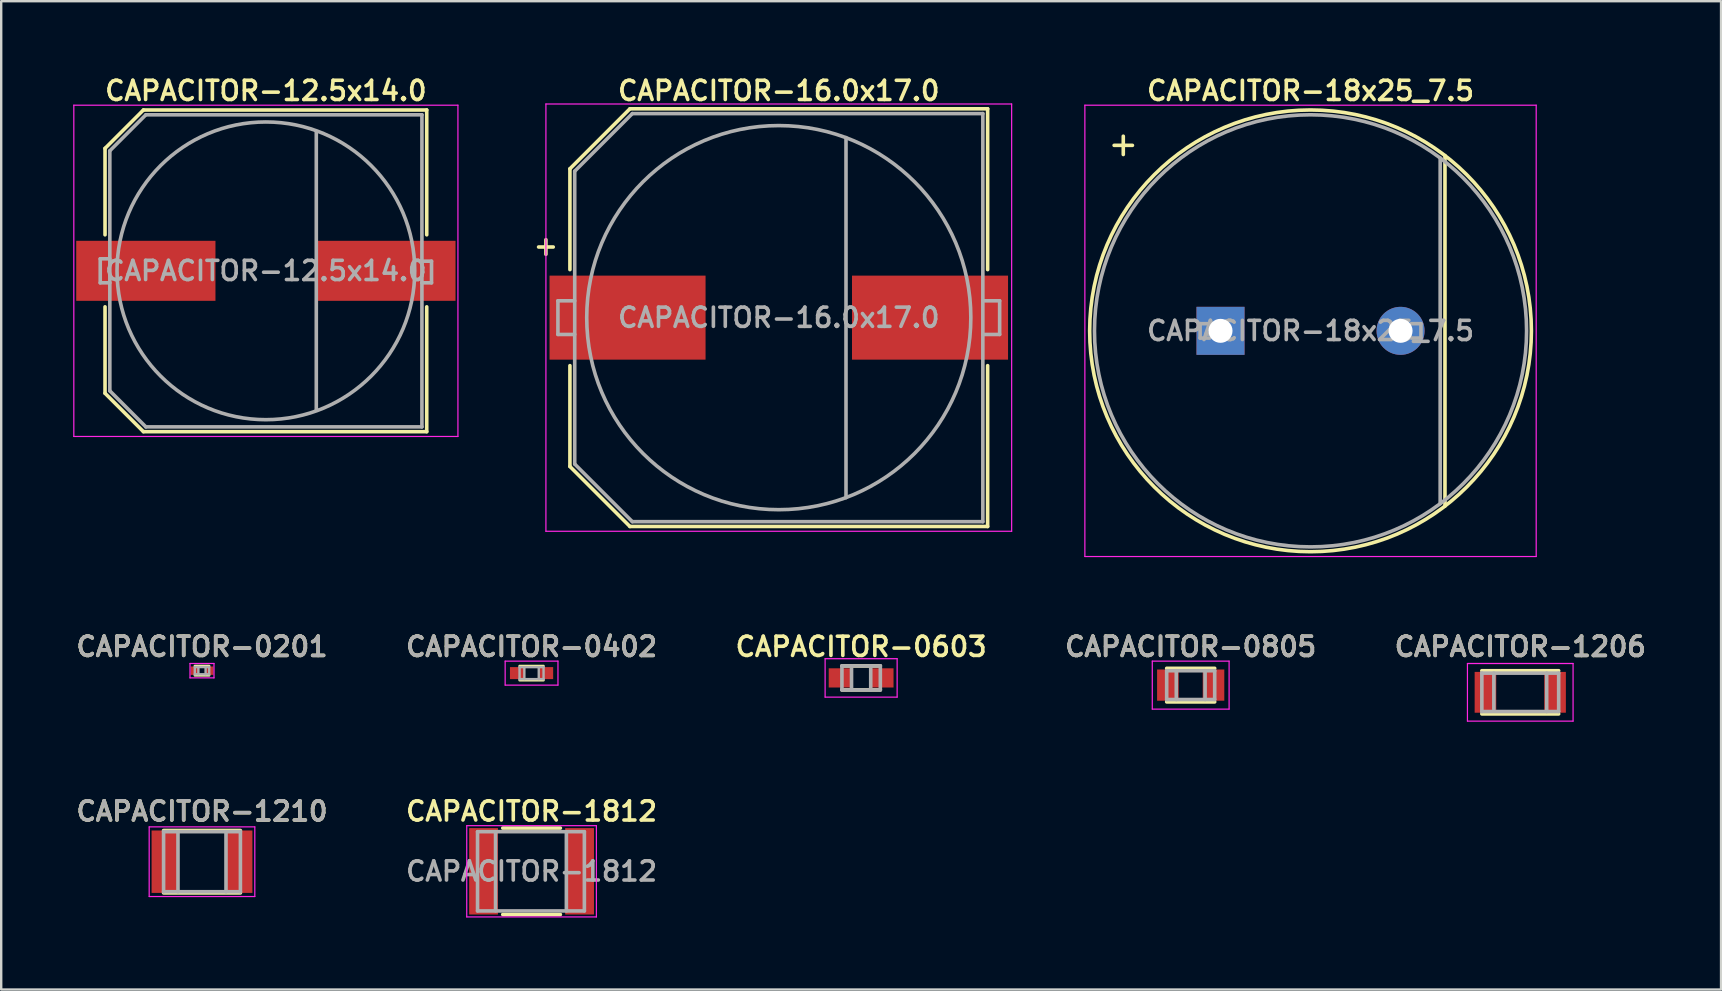
<source format=kicad_pcb>
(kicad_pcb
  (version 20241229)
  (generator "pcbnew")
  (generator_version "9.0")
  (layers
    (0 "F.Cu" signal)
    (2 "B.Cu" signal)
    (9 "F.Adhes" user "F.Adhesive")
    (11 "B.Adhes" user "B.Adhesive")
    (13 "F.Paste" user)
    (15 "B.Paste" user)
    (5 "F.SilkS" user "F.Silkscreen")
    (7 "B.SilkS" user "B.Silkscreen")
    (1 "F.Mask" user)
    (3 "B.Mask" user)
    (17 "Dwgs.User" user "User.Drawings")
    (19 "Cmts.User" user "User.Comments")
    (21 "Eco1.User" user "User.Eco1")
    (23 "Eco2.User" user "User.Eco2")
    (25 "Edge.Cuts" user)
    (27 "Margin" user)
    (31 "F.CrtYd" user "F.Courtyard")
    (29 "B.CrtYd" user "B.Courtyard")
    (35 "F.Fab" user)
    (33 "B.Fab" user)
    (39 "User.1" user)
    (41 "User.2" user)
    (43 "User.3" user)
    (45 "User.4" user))
  (footprint "CAPACITOR-12.5x14.0"
    (layer "F.Cu")
    (at 8.025 8.231)
    (property "Reference" "CAPACITOR-12.5x14.0" (at 0 -7.5 0) (layer "F.SilkS") (effects (font (size 0.8 0.8) (thickness 0.15))))
    (attr smd)
    (fp_line (start -6.7 -5.1) (end -5.1 -6.7) (stroke (width 0.15) (type solid)) (layer "F.SilkS"))
    (fp_line (start -6.7 -1.5) (end -6.7 -5.1) (stroke (width 0.15) (type solid)) (layer "F.SilkS"))
    (fp_line (start -6.7 5.1) (end -6.7 1.5) (stroke (width 0.15) (type solid)) (layer "F.SilkS"))
    (fp_line (start -5.1 6.7) (end -6.7 5.1) (stroke (width 0.15) (type solid)) (layer "F.SilkS"))
    (fp_line (start -5.1 6.7) (end 6.7 6.7) (stroke (width 0.15) (type solid)) (layer "F.SilkS"))
    (fp_line (start 6.7 -6.7) (end -5.1 -6.7) (stroke (width 0.15) (type solid)) (layer "F.SilkS"))
    (fp_line (start 6.7 -6.7) (end 6.7 -1.5) (stroke (width 0.15) (type solid)) (layer "F.SilkS"))
    (fp_line (start 6.7 1.5) (end 6.7 6.7) (stroke (width 0.15) (type solid)) (layer "F.SilkS"))
    (fp_line (start -8 -6.9) (end -8 6.9) (stroke (width 0.05) (type solid)) (layer "F.CrtYd"))
    (fp_line (start -8 6.9) (end 8 6.9) (stroke (width 0.05) (type solid)) (layer "F.CrtYd"))
    (fp_line (start 8 -6.9) (end -8 -6.9) (stroke (width 0.05) (type solid)) (layer "F.CrtYd"))
    (fp_line (start 8 6.9) (end 8 -6.9) (stroke (width 0.05) (type solid)) (layer "F.CrtYd"))
    (fp_line (start -6.9 -0.5) (end -6.9 0.5) (stroke (width 0.15) (type solid)) (layer "F.Fab"))
    (fp_line (start -6.9 0.5) (end -6.5 0.5) (stroke (width 0.15) (type solid)) (layer "F.Fab"))
    (fp_line (start -6.5 -5) (end -5 -6.5) (stroke (width 0.15) (type solid)) (layer "F.Fab"))
    (fp_line (start -6.5 -0.5) (end -6.9 -0.5) (stroke (width 0.15) (type solid)) (layer "F.Fab"))
    (fp_line (start -6.5 5) (end -6.5 -5) (stroke (width 0.15) (type solid)) (layer "F.Fab"))
    (fp_line (start -6.5 5) (end -5 6.5) (stroke (width 0.15) (type solid)) (layer "F.Fab"))
    (fp_line (start -5 -6.5) (end 6.5 -6.5) (stroke (width 0.15) (type solid)) (layer "F.Fab"))
    (fp_line (start 2.1 -5.8) (end 2.1 5.8) (stroke (width 0.15) (type solid)) (layer "F.Fab"))
    (fp_line (start 6.5 -6.5) (end 6.5 6.5) (stroke (width 0.15) (type solid)) (layer "F.Fab"))
    (fp_line (start 6.5 0.5) (end 6.9 0.5) (stroke (width 0.15) (type solid)) (layer "F.Fab"))
    (fp_line (start 6.5 6.5) (end -5 6.5) (stroke (width 0.15) (type solid)) (layer "F.Fab"))
    (fp_line (start 6.9 -0.4) (end 6.5 -0.4) (stroke (width 0.15) (type solid)) (layer "F.Fab"))
    (fp_line (start 6.9 0.5) (end 6.9 -0.4) (stroke (width 0.15) (type solid)) (layer "F.Fab"))
    (fp_circle (center 0 0) (end 6.2 -0.1) (stroke (width 0.15) (type solid)) (fill no) (layer "F.Fab"))
    (fp_text user "${REFERENCE}" (at 0 0 0) (layer "F.Fab") (effects (font (size 0.8 0.8) (thickness 0.15))))
    (pad "1" smd rect (at -5 0) (size 5.8 2.5) (layers "F.Cu" "F.Mask" "F.Paste"))
    (pad "2" smd rect (at 5 0) (size 5.8 2.5) (layers "F.Cu" "F.Mask" "F.Paste")))
  (footprint "CAPACITOR-0603"
    (layer "F.Cu")
    (at 32.82 25.188)
    (property "Reference" "CAPACITOR-0603" (at 0 -1.3 0) (layer "F.SilkS") (effects (font (size 0.8 0.8) (thickness 0.15))))
    (attr smd)
    (fp_line (start -0.8 -0.5) (end 0.8 -0.5) (stroke (width 0.15) (type solid)) (layer "F.SilkS"))
    (fp_line (start -0.8 0.5) (end 0.8 0.5) (stroke (width 0.15) (type solid)) (layer "F.SilkS"))
    (fp_line (start -1.5 -0.8) (end 1.5 -0.8) (stroke (width 0.05) (type solid)) (layer "F.CrtYd"))
    (fp_line (start -1.5 0.8) (end -1.5 -0.8) (stroke (width 0.05) (type solid)) (layer "F.CrtYd"))
    (fp_line (start 1.5 -0.8) (end 1.5 0.8) (stroke (width 0.05) (type solid)) (layer "F.CrtYd"))
    (fp_line (start 1.5 0.8) (end -1.5 0.8) (stroke (width 0.05) (type solid)) (layer "F.CrtYd"))
    (fp_line (start -0.8 -0.5) (end 0.8 -0.5) (stroke (width 0.15) (type solid)) (layer "F.Fab"))
    (fp_line (start -0.8 0.5) (end -0.8 -0.5) (stroke (width 0.15) (type solid)) (layer "F.Fab"))
    (fp_line (start -0.4 -0.5) (end -0.4 0.5) (stroke (width 0.15) (type solid)) (layer "F.Fab"))
    (fp_line (start 0.4 -0.5) (end 0.4 0.5) (stroke (width 0.15) (type solid)) (layer "F.Fab"))
    (fp_line (start 0.8 -0.5) (end 0.8 0.5) (stroke (width 0.15) (type solid)) (layer "F.Fab"))
    (fp_line (start 0.8 0.5) (end -0.8 0.5) (stroke (width 0.15) (type solid)) (layer "F.Fab"))
    (pad "1" smd rect (at -0.9 0) (size 0.9 0.8) (layers "F.Cu" "F.Mask" "F.Paste"))
    (pad "2" smd rect (at 0.9 0) (size 0.9 0.8) (layers "F.Cu" "F.Mask" "F.Paste")))
  (footprint "CAPACITOR-0402"
    (layer "F.Cu")
    (at 19.092 24.988)
    (property "Reference" "CAPACITOR-0402" (at 0 -1.1 0) (layer "F.SilkS") (effects (font (size 0.8 0.8) (thickness 0.15))))
    (attr smd)
    (fp_line (start -0.5 -0.3) (end 0.5 -0.3) (stroke (width 0.1) (type solid)) (layer "F.SilkS"))
    (fp_line (start -0.5 0.3) (end 0.5 0.3) (stroke (width 0.1) (type solid)) (layer "F.SilkS"))
    (fp_line (start -1.1 -0.5) (end 1.1 -0.5) (stroke (width 0.05) (type solid)) (layer "F.CrtYd"))
    (fp_line (start -1.1 0.5) (end -1.1 -0.5) (stroke (width 0.05) (type solid)) (layer "F.CrtYd"))
    (fp_line (start 1.1 -0.5) (end 1.1 0.5) (stroke (width 0.05) (type solid)) (layer "F.CrtYd"))
    (fp_line (start 1.1 0.5) (end -1.1 0.5) (stroke (width 0.05) (type solid)) (layer "F.CrtYd"))
    (fp_line (start -0.5 -0.25) (end 0.5 -0.25) (stroke (width 0.1) (type solid)) (layer "F.Fab"))
    (fp_line (start -0.5 0.25) (end -0.5 -0.25) (stroke (width 0.1) (type solid)) (layer "F.Fab"))
    (fp_line (start -0.3 -0.25) (end -0.3 0.25) (stroke (width 0.1) (type solid)) (layer "F.Fab"))
    (fp_line (start 0.3 -0.25) (end 0.3 0.25) (stroke (width 0.1) (type solid)) (layer "F.Fab"))
    (fp_line (start 0.5 -0.25) (end 0.5 0.25) (stroke (width 0.1) (type solid)) (layer "F.Fab"))
    (fp_line (start 0.5 0.25) (end -0.5 0.25) (stroke (width 0.1) (type solid)) (layer "F.Fab"))
    (fp_text user "${REFERENCE}" (at 0 -1.1 0) (layer "F.Fab") (effects (font (size 0.8 0.8) (thickness 0.15))))
    (pad "1" smd rect (at -0.6 0) (size 0.6 0.5) (layers "F.Cu" "F.Mask" "F.Paste"))
    (pad "2" smd rect (at 0.6 0) (size 0.6 0.5) (layers "F.Cu" "F.Mask" "F.Paste")))
  (footprint "CAPACITOR-1812"
    (layer "F.Cu")
    (at 19.092 33.244)
    (property "Reference" "CAPACITOR-1812" (at 0 -2.5 0) (layer "F.SilkS") (effects (font (size 0.8 0.8) (thickness 0.15))))
    (attr smd)
    (fp_line (start -1.2 -1.8) (end 1.2 -1.8) (stroke (width 0.15) (type solid)) (layer "F.SilkS"))
    (fp_line (start 1.2 1.8) (end -1.2 1.8) (stroke (width 0.15) (type solid)) (layer "F.SilkS"))
    (fp_line (start -2.7 -1.9) (end -2.7 1.9) (stroke (width 0.05) (type solid)) (layer "F.CrtYd"))
    (fp_line (start -2.7 -1.9) (end 2.7 -1.9) (stroke (width 0.05) (type solid)) (layer "F.CrtYd"))
    (fp_line (start -2.7 1.9) (end 2.7 1.9) (stroke (width 0.05) (type solid)) (layer "F.CrtYd"))
    (fp_line (start 2.7 -1.9) (end 2.7 1.9) (stroke (width 0.05) (type solid)) (layer "F.CrtYd"))
    (fp_line (start -2.25 -1.65) (end 2.2 -1.65) (stroke (width 0.15) (type solid)) (layer "F.Fab"))
    (fp_line (start -2.25 1.65) (end -2.25 -1.65) (stroke (width 0.15) (type solid)) (layer "F.Fab"))
    (fp_line (start -1.5 -1.65) (end -1.5 1.65) (stroke (width 0.15) (type solid)) (layer "F.Fab"))
    (fp_line (start 1.45 -1.65) (end 1.45 1.65) (stroke (width 0.15) (type solid)) (layer "F.Fab"))
    (fp_line (start 2.2 -1.65) (end 2.2 1.65) (stroke (width 0.15) (type solid)) (layer "F.Fab"))
    (fp_line (start 2.2 1.65) (end -2.25 1.65) (stroke (width 0.15) (type solid)) (layer "F.Fab"))
    (fp_text user "${REFERENCE}" (at 0 0 0) (layer "F.Fab") (effects (font (size 0.8 0.8) (thickness 0.15))))
    (pad "1" smd rect (at -2 0) (size 1.2 3.6) (layers "F.Cu" "F.Mask" "F.Paste"))
    (pad "2" smd rect (at 2 0) (size 1.2 3.6) (layers "F.Cu" "F.Mask" "F.Paste")))
  (footprint "CAPACITOR-0805"
    (layer "F.Cu")
    (at 46.548 25.488)
    (property "Reference" "CAPACITOR-0805" (at 0 -1.6 0) (layer "F.SilkS") (effects (font (size 0.8 0.8) (thickness 0.15))))
    (attr smd)
    (fp_line (start -1 -0.7) (end 1 -0.7) (stroke (width 0.15) (type solid)) (layer "F.SilkS"))
    (fp_line (start 1 0.7) (end -1 0.7) (stroke (width 0.15) (type solid)) (layer "F.SilkS"))
    (fp_line (start -1.6 -1) (end -1.6 1) (stroke (width 0.05) (type solid)) (layer "F.CrtYd"))
    (fp_line (start -1.6 -1) (end 1.6 -1) (stroke (width 0.05) (type solid)) (layer "F.CrtYd"))
    (fp_line (start -1.6 1) (end 1.6 1) (stroke (width 0.05) (type solid)) (layer "F.CrtYd"))
    (fp_line (start 1.6 -1) (end 1.6 1) (stroke (width 0.05) (type solid)) (layer "F.CrtYd"))
    (fp_line (start -1 -0.6) (end 1 -0.6) (stroke (width 0.15) (type solid)) (layer "F.Fab"))
    (fp_line (start -1 0.6) (end -1 -0.6) (stroke (width 0.15) (type solid)) (layer "F.Fab"))
    (fp_line (start -0.6 -0.6) (end -0.6 0.6) (stroke (width 0.15) (type solid)) (layer "F.Fab"))
    (fp_line (start 0.6 -0.6) (end 0.6 0.6) (stroke (width 0.15) (type solid)) (layer "F.Fab"))
    (fp_line (start 1 -0.6) (end 1 0.6) (stroke (width 0.15) (type solid)) (layer "F.Fab"))
    (fp_line (start 1 0.6) (end -1 0.6) (stroke (width 0.15) (type solid)) (layer "F.Fab"))
    (fp_text user "${REFERENCE}" (at 0 -1.6 0) (layer "F.Fab") (effects (font (size 0.8 0.8) (thickness 0.15))))
    (pad "1" smd rect (at -0.95 0) (size 0.9 1.3) (layers "F.Cu" "F.Mask" "F.Paste"))
    (pad "2" smd rect (at 0.95 0) (size 0.9 1.3) (layers "F.Cu" "F.Mask" "F.Paste")))
  (footprint "CAPACITOR-1206"
    (layer "F.Cu")
    (at 60.276 25.788)
    (property "Reference" "CAPACITOR-1206" (at 0 -1.9 0) (layer "F.SilkS") (effects (font (size 0.8 0.8) (thickness 0.15))))
    (attr smd)
    (fp_line (start -1.6 -0.9) (end 1.6 -0.9) (stroke (width 0.15) (type solid)) (layer "F.SilkS"))
    (fp_line (start 1.6 0.9) (end -1.6 0.9) (stroke (width 0.15) (type solid)) (layer "F.SilkS"))
    (fp_line (start -2.2 -1.2) (end -2.2 1.2) (stroke (width 0.05) (type solid)) (layer "F.CrtYd"))
    (fp_line (start -2.2 -1.2) (end 2.2 -1.2) (stroke (width 0.05) (type solid)) (layer "F.CrtYd"))
    (fp_line (start -2.2 1.2) (end 2.2 1.2) (stroke (width 0.05) (type solid)) (layer "F.CrtYd"))
    (fp_line (start 2.2 -1.2) (end 2.2 1.2) (stroke (width 0.05) (type solid)) (layer "F.CrtYd"))
    (fp_line (start -1.6 -0.8) (end 1.6 -0.8) (stroke (width 0.15) (type solid)) (layer "F.Fab"))
    (fp_line (start -1.6 0.8) (end -1.6 -0.8) (stroke (width 0.15) (type solid)) (layer "F.Fab"))
    (fp_line (start -1.1 -0.8) (end -1.1 0.7) (stroke (width 0.15) (type solid)) (layer "F.Fab"))
    (fp_line (start 1.1 -0.8) (end 1.1 0.8) (stroke (width 0.15) (type solid)) (layer "F.Fab"))
    (fp_line (start 1.6 -0.8) (end 1.6 0.8) (stroke (width 0.15) (type solid)) (layer "F.Fab"))
    (fp_line (start 1.6 0.8) (end -1.6 0.8) (stroke (width 0.15) (type solid)) (layer "F.Fab"))
    (fp_text user "${REFERENCE}" (at 0 -1.9 0) (layer "F.Fab") (effects (font (size 0.8 0.8) (thickness 0.15))))
    (pad "1" smd rect (at -1.45 0) (size 0.9 1.7) (layers "F.Cu" "F.Mask" "F.Paste"))
    (pad "2" smd rect (at 1.45 0) (size 0.9 1.7) (layers "F.Cu" "F.Mask" "F.Paste")))
  (footprint "CAPACITOR-16.0x17.0"
    (layer "F.Cu")
    (at 29.39 10.181)
    (property "Reference" "CAPACITOR-16.0x17.0" (at 0 -9.45 0) (layer "F.SilkS") (effects (font (size 0.8 0.8) (thickness 0.15))))
    (attr smd)
    (fp_line (start -8.7 -6.2) (end -6.2 -8.7) (stroke (width 0.15) (type solid)) (layer "F.SilkS"))
    (fp_line (start -8.7 -2) (end -8.7 -6.2) (stroke (width 0.15) (type solid)) (layer "F.SilkS"))
    (fp_line (start -8.7 6.2) (end -8.7 2) (stroke (width 0.15) (type solid)) (layer "F.SilkS"))
    (fp_line (start -6.2 8.7) (end -8.7 6.2) (stroke (width 0.15) (type solid)) (layer "F.SilkS"))
    (fp_line (start -6.2 8.7) (end 8.7 8.7) (stroke (width 0.15) (type solid)) (layer "F.SilkS"))
    (fp_line (start 8.7 -8.7) (end -6.2 -8.7) (stroke (width 0.15) (type solid)) (layer "F.SilkS"))
    (fp_line (start 8.7 -8.7) (end 8.7 -2) (stroke (width 0.15) (type solid)) (layer "F.SilkS"))
    (fp_line (start 8.7 2) (end 8.7 8.7) (stroke (width 0.15) (type solid)) (layer "F.SilkS"))
    (fp_line (start -9.7 -8.9) (end -9.7 8.9) (stroke (width 0.05) (type solid)) (layer "F.CrtYd"))
    (fp_line (start -9.7 8.9) (end 9.7 8.9) (stroke (width 0.05) (type solid)) (layer "F.CrtYd"))
    (fp_line (start 9.7 -8.9) (end -9.7 -8.9) (stroke (width 0.05) (type solid)) (layer "F.CrtYd"))
    (fp_line (start 9.7 8.9) (end 9.7 -8.9) (stroke (width 0.05) (type solid)) (layer "F.CrtYd"))
    (fp_line (start -9.2 -0.7) (end -9.2 0.7) (stroke (width 0.15) (type solid)) (layer "F.Fab"))
    (fp_line (start -9.2 -0.7) (end -8.5 -0.7) (stroke (width 0.15) (type solid)) (layer "F.Fab"))
    (fp_line (start -9.2 0.7) (end -8.5 0.7) (stroke (width 0.15) (type solid)) (layer "F.Fab"))
    (fp_line (start -8.5 -6.1) (end -6.1 -8.5) (stroke (width 0.15) (type solid)) (layer "F.Fab"))
    (fp_line (start -8.5 6.1) (end -8.5 -6.1) (stroke (width 0.15) (type solid)) (layer "F.Fab"))
    (fp_line (start -8.5 6.1) (end -6.1 8.5) (stroke (width 0.15) (type solid)) (layer "F.Fab"))
    (fp_line (start -6.1 -8.5) (end 8.5 -8.5) (stroke (width 0.15) (type solid)) (layer "F.Fab"))
    (fp_line (start 2.8 -7.5) (end 2.8 7.5) (stroke (width 0.15) (type solid)) (layer "F.Fab"))
    (fp_line (start 8.5 -8.5) (end 8.5 8.5) (stroke (width 0.15) (type solid)) (layer "F.Fab"))
    (fp_line (start 8.5 8.5) (end -6.1 8.5) (stroke (width 0.15) (type solid)) (layer "F.Fab"))
    (fp_line (start 9.2 -0.7) (end 8.5 -0.7) (stroke (width 0.15) (type solid)) (layer "F.Fab"))
    (fp_line (start 9.2 -0.7) (end 9.2 0.7) (stroke (width 0.15) (type solid)) (layer "F.Fab"))
    (fp_line (start 9.2 0.7) (end 8.5 0.7) (stroke (width 0.15) (type solid)) (layer "F.Fab"))
    (fp_circle (center 0 0) (end 8 0) (stroke (width 0.15) (type solid)) (fill no) (layer "F.Fab"))
    (fp_text user "+" (at -9.7 -3 0) (layer "F.SilkS") (effects (font (size 0.8 0.8) (thickness 0.15))))
    (fp_text user "${REFERENCE}" (at 0 0 0) (layer "F.Fab") (effects (font (size 0.8 0.8) (thickness 0.15))))
    (pad "1" smd rect (at -6.3 0) (size 6.5 3.5) (layers "F.Cu" "F.Mask" "F.Paste"))
    (pad "2" smd rect (at 6.3 0) (size 6.5 3.5) (layers "F.Cu" "F.Mask" "F.Paste")))
  (footprint "CAPACITOR-1210"
    (layer "F.Cu")
    (at 5.364 32.844)
    (property "Reference" "CAPACITOR-1210" (at 0 -2.1 0) (layer "F.SilkS") (effects (font (size 0.8 0.8) (thickness 0.15))))
    (attr smd)
    (fp_line (start -1.6 -1.3) (end 1.6 -1.3) (stroke (width 0.15) (type solid)) (layer "F.SilkS"))
    (fp_line (start 1.6 1.3) (end -1.6 1.3) (stroke (width 0.15) (type solid)) (layer "F.SilkS"))
    (fp_line (start -2.2 -1.45) (end -2.2 1.45) (stroke (width 0.05) (type solid)) (layer "F.CrtYd"))
    (fp_line (start -2.2 -1.45) (end 2.2 -1.45) (stroke (width 0.05) (type solid)) (layer "F.CrtYd"))
    (fp_line (start -2.2 1.45) (end 2.2 1.45) (stroke (width 0.05) (type solid)) (layer "F.CrtYd"))
    (fp_line (start 2.2 -1.45) (end 2.2 1.45) (stroke (width 0.05) (type solid)) (layer "F.CrtYd"))
    (fp_line (start -1.6 -1.25) (end 1.6 -1.25) (stroke (width 0.15) (type solid)) (layer "F.Fab"))
    (fp_line (start -1.6 1.25) (end -1.6 -1.25) (stroke (width 0.15) (type solid)) (layer "F.Fab"))
    (fp_line (start -1 -1.25) (end -1 1.25) (stroke (width 0.15) (type solid)) (layer "F.Fab"))
    (fp_line (start 1 -1.25) (end 1 1.25) (stroke (width 0.15) (type solid)) (layer "F.Fab"))
    (fp_line (start 1.6 -1.25) (end 1.6 1.25) (stroke (width 0.15) (type solid)) (layer "F.Fab"))
    (fp_line (start 1.6 1.25) (end -1.6 1.25) (stroke (width 0.15) (type solid)) (layer "F.Fab"))
    (fp_text user "${REFERENCE}" (at 0 -2.1 0) (layer "F.Fab") (effects (font (size 0.8 0.8) (thickness 0.15))))
    (pad "1" smd rect (at -1.55 0) (size 1.1 2.6) (layers "F.Cu" "F.Mask" "F.Paste"))
    (pad "2" smd rect (at 1.55 0) (size 1.1 2.6) (layers "F.Cu" "F.Mask" "F.Paste")))
  (footprint "CAPACITOR-18x25_7.5"
    (layer "F.Cu")
    (at 51.54 10.731)
    (property "Reference" "CAPACITOR-18x25_7.5" (at 0 -10 0) (layer "F.SilkS") (effects (font (size 0.8 0.8) (thickness 0.15))))
    (attr through_hole)
    (fp_line (start 5.6 7.3) (end 5.6 -7.3) (stroke (width 0.15) (type solid)) (layer "F.SilkS"))
    (fp_circle (center 0 0) (end 9.2 0) (stroke (width 0.15) (type solid)) (fill no) (layer "F.SilkS"))
    (fp_line (start -9.4 -9.4) (end -9.4 9.4) (stroke (width 0.05) (type solid)) (layer "F.CrtYd"))
    (fp_line (start -9.4 9.4) (end 9.4 9.4) (stroke (width 0.05) (type solid)) (layer "F.CrtYd"))
    (fp_line (start 9.4 -9.4) (end -9.4 -9.4) (stroke (width 0.05) (type solid)) (layer "F.CrtYd"))
    (fp_line (start 9.4 9.4) (end 9.4 -9.4) (stroke (width 0.05) (type solid)) (layer "F.CrtYd"))
    (fp_line (start -4.6 -0.3) (end -4.6 0.3) (stroke (width 0.15) (type solid)) (layer "F.Fab"))
    (fp_line (start -4.6 0.3) (end -4.2 0.3) (stroke (width 0.15) (type solid)) (layer "F.Fab"))
    (fp_line (start -4.2 -0.3) (end -4.6 -0.3) (stroke (width 0.15) (type solid)) (layer "F.Fab"))
    (fp_line (start 4.2 0.3) (end 4.6 0.3) (stroke (width 0.15) (type solid)) (layer "F.Fab"))
    (fp_line (start 4.6 -0.3) (end 4.2 -0.3) (stroke (width 0.15) (type solid)) (layer "F.Fab"))
    (fp_line (start 4.6 0.3) (end 4.6 -0.3) (stroke (width 0.15) (type solid)) (layer "F.Fab"))
    (fp_line (start 5.4 7.2) (end 5.4 -7.2) (stroke (width 0.15) (type solid)) (layer "F.Fab"))
    (fp_circle (center 0 0) (end 9 0) (stroke (width 0.15) (type solid)) (fill no) (layer "F.Fab"))
    (fp_text user "+" (at -7.8 -7.8 0) (layer "F.SilkS") (effects (font (size 1 1) (thickness 0.15))))
    (fp_text user "${REFERENCE}" (at 0 0 0) (layer "F.Fab") (effects (font (size 0.8 0.8) (thickness 0.15))))
    (pad "1" thru_hole rect (at -3.75 0) (size 2 2) (drill 1) (layers "*.Cu" "*.Mask"))
    (pad "2" thru_hole circle (at 3.75 0) (size 2 2) (drill 1) (layers "*.Cu" "*.Mask")))
  (footprint "CAPACITOR-0201"
    (layer "F.Cu")
    (at 5.364 24.887)
    (property "Reference" "CAPACITOR-0201" (at 0 -1 0) (layer "F.SilkS") (effects (font (size 0.8 0.8) (thickness 0.15))))
    (attr smd)
    (fp_line (start -0.3 -0.2) (end 0.3 -0.2) (stroke (width 0.1) (type solid)) (layer "F.SilkS"))
    (fp_line (start -0.3 0.2) (end 0.3 0.2) (stroke (width 0.1) (type solid)) (layer "F.SilkS"))
    (fp_line (start -0.5 -0.3) (end 0.5 -0.3) (stroke (width 0.05) (type solid)) (layer "F.CrtYd"))
    (fp_line (start -0.5 0.3) (end -0.5 -0.3) (stroke (width 0.05) (type solid)) (layer "F.CrtYd"))
    (fp_line (start 0.5 -0.3) (end 0.5 0.3) (stroke (width 0.05) (type solid)) (layer "F.CrtYd"))
    (fp_line (start 0.5 0.3) (end -0.5 0.3) (stroke (width 0.05) (type solid)) (layer "F.CrtYd"))
    (fp_line (start -0.3 -0.15) (end 0.3 -0.15) (stroke (width 0.1) (type solid)) (layer "F.Fab"))
    (fp_line (start -0.3 0.15) (end -0.3 -0.15) (stroke (width 0.1) (type solid)) (layer "F.Fab"))
    (fp_line (start -0.15 -0.15) (end -0.15 0.15) (stroke (width 0.1) (type solid)) (layer "F.Fab"))
    (fp_line (start 0.15 -0.15) (end 0.15 0.15) (stroke (width 0.1) (type solid)) (layer "F.Fab"))
    (fp_line (start 0.3 -0.15) (end 0.3 0.15) (stroke (width 0.1) (type solid)) (layer "F.Fab"))
    (fp_line (start 0.3 0.15) (end -0.3 0.15) (stroke (width 0.1) (type solid)) (layer "F.Fab"))
    (fp_text user "${REFERENCE}" (at 0 -1 0) (layer "F.Fab") (effects (font (size 0.8 0.8) (thickness 0.15))))
    (pad "1" smd rect (at -0.3 0) (size 0.35 0.35) (layers "F.Cu" "F.Mask" "F.Paste"))
    (pad "2" smd rect (at 0.3 0) (size 0.35 0.35) (layers "F.Cu" "F.Mask" "F.Paste")))
  (gr_rect
    (start -3 -3)
    (end 68.64 38.169)
    (stroke (width 0.1) (type default))
    (fill no)
    (layer "Edge.Cuts")))
</source>
